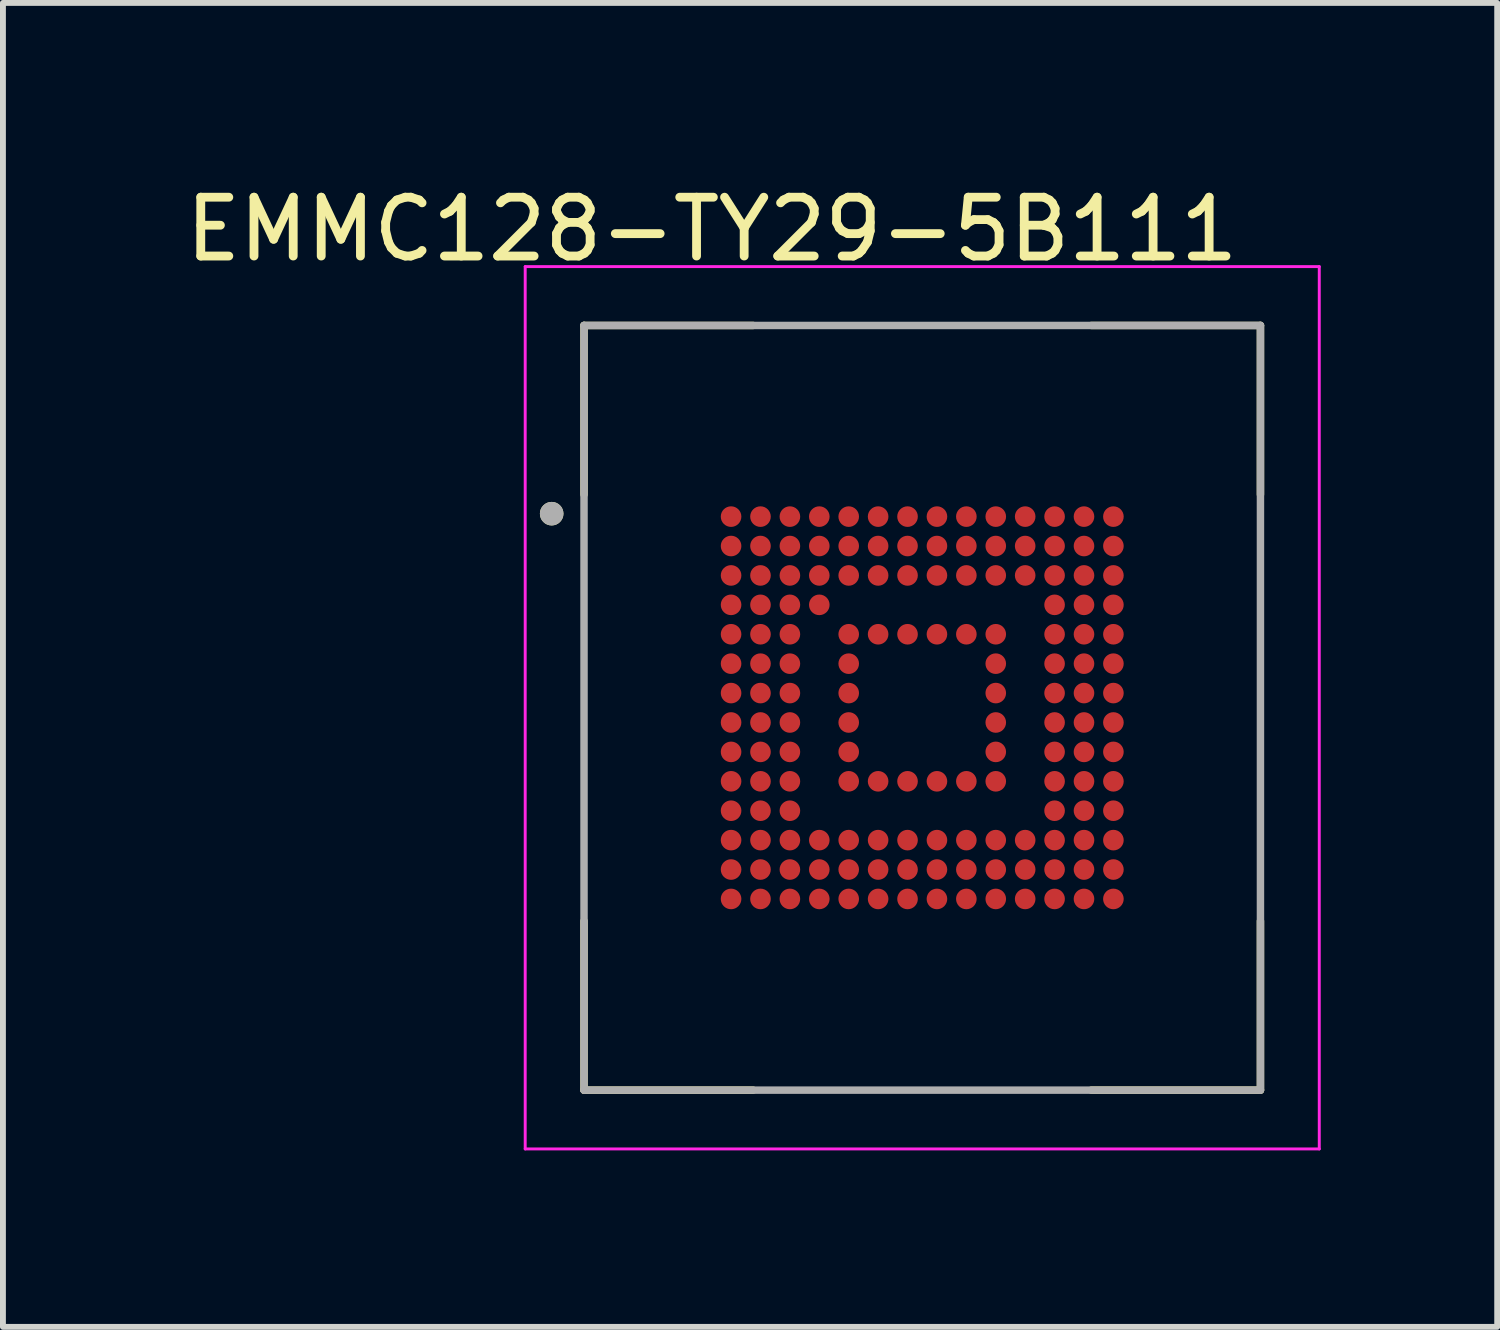
<source format=kicad_pcb>
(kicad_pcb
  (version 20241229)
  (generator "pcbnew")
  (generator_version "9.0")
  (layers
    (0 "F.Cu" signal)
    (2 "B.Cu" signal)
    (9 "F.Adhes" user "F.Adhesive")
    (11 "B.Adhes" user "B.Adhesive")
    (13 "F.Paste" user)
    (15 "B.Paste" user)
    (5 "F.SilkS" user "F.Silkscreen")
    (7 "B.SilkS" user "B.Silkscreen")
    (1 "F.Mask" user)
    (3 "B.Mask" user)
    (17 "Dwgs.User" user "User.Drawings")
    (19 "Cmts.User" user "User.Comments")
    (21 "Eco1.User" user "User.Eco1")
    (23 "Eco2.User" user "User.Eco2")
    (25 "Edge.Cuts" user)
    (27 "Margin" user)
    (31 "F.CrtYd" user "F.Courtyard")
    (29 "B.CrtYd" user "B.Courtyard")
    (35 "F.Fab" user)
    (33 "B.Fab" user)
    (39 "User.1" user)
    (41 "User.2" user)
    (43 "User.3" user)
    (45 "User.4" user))
  (footprint "EMMC128-TY29-5B111"
    (layer "F.Cu")
    (at 12.629 8.983)
    (property "Reference" "EMMC128-TY29-5B111" (at -3.575 -8.135 0) (layer "F.SilkS") (effects (font (size 1 1) (thickness 0.15))))
    (attr smd)
    (fp_circle (center -3.25 -3.25) (end -3.15 -3.25) (stroke (width 0.2) (type solid)) (fill no) (layer "F.Mask"))
    (fp_circle (center -3.25 -2.75) (end -3.15 -2.75) (stroke (width 0.2) (type solid)) (fill no) (layer "F.Mask"))
    (fp_circle (center -3.25 -2.25) (end -3.15 -2.25) (stroke (width 0.2) (type solid)) (fill no) (layer "F.Mask"))
    (fp_circle (center -3.25 -1.75) (end -3.15 -1.75) (stroke (width 0.2) (type solid)) (fill no) (layer "F.Mask"))
    (fp_circle (center -3.25 -1.25) (end -3.15 -1.25) (stroke (width 0.2) (type solid)) (fill no) (layer "F.Mask"))
    (fp_circle (center -3.25 -0.75) (end -3.15 -0.75) (stroke (width 0.2) (type solid)) (fill no) (layer "F.Mask"))
    (fp_circle (center -3.25 -0.25) (end -3.15 -0.25) (stroke (width 0.2) (type solid)) (fill no) (layer "F.Mask"))
    (fp_circle (center -3.25 0.25) (end -3.15 0.25) (stroke (width 0.2) (type solid)) (fill no) (layer "F.Mask"))
    (fp_circle (center -3.25 0.75) (end -3.15 0.75) (stroke (width 0.2) (type solid)) (fill no) (layer "F.Mask"))
    (fp_circle (center -3.25 1.25) (end -3.15 1.25) (stroke (width 0.2) (type solid)) (fill no) (layer "F.Mask"))
    (fp_circle (center -3.25 1.75) (end -3.15 1.75) (stroke (width 0.2) (type solid)) (fill no) (layer "F.Mask"))
    (fp_circle (center -3.25 2.25) (end -3.15 2.25) (stroke (width 0.2) (type solid)) (fill no) (layer "F.Mask"))
    (fp_circle (center -3.25 2.75) (end -3.15 2.75) (stroke (width 0.2) (type solid)) (fill no) (layer "F.Mask"))
    (fp_circle (center -3.25 3.25) (end -3.15 3.25) (stroke (width 0.2) (type solid)) (fill no) (layer "F.Mask"))
    (fp_circle (center -2.75 -3.25) (end -2.65 -3.25) (stroke (width 0.2) (type solid)) (fill no) (layer "F.Mask"))
    (fp_circle (center -2.75 -2.75) (end -2.65 -2.75) (stroke (width 0.2) (type solid)) (fill no) (layer "F.Mask"))
    (fp_circle (center -2.75 -2.25) (end -2.65 -2.25) (stroke (width 0.2) (type solid)) (fill no) (layer "F.Mask"))
    (fp_circle (center -2.75 -1.75) (end -2.65 -1.75) (stroke (width 0.2) (type solid)) (fill no) (layer "F.Mask"))
    (fp_circle (center -2.75 -1.25) (end -2.65 -1.25) (stroke (width 0.2) (type solid)) (fill no) (layer "F.Mask"))
    (fp_circle (center -2.75 -0.75) (end -2.65 -0.75) (stroke (width 0.2) (type solid)) (fill no) (layer "F.Mask"))
    (fp_circle (center -2.75 -0.25) (end -2.65 -0.25) (stroke (width 0.2) (type solid)) (fill no) (layer "F.Mask"))
    (fp_circle (center -2.75 0.25) (end -2.65 0.25) (stroke (width 0.2) (type solid)) (fill no) (layer "F.Mask"))
    (fp_circle (center -2.75 0.75) (end -2.65 0.75) (stroke (width 0.2) (type solid)) (fill no) (layer "F.Mask"))
    (fp_circle (center -2.75 1.25) (end -2.65 1.25) (stroke (width 0.2) (type solid)) (fill no) (layer "F.Mask"))
    (fp_circle (center -2.75 1.75) (end -2.65 1.75) (stroke (width 0.2) (type solid)) (fill no) (layer "F.Mask"))
    (fp_circle (center -2.75 2.25) (end -2.65 2.25) (stroke (width 0.2) (type solid)) (fill no) (layer "F.Mask"))
    (fp_circle (center -2.75 2.75) (end -2.65 2.75) (stroke (width 0.2) (type solid)) (fill no) (layer "F.Mask"))
    (fp_circle (center -2.75 3.25) (end -2.65 3.25) (stroke (width 0.2) (type solid)) (fill no) (layer "F.Mask"))
    (fp_circle (center -2.25 -3.25) (end -2.15 -3.25) (stroke (width 0.2) (type solid)) (fill no) (layer "F.Mask"))
    (fp_circle (center -2.25 -2.75) (end -2.15 -2.75) (stroke (width 0.2) (type solid)) (fill no) (layer "F.Mask"))
    (fp_circle (center -2.25 -2.25) (end -2.15 -2.25) (stroke (width 0.2) (type solid)) (fill no) (layer "F.Mask"))
    (fp_circle (center -2.25 -1.75) (end -2.15 -1.75) (stroke (width 0.2) (type solid)) (fill no) (layer "F.Mask"))
    (fp_circle (center -2.25 -1.25) (end -2.15 -1.25) (stroke (width 0.2) (type solid)) (fill no) (layer "F.Mask"))
    (fp_circle (center -2.25 -0.75) (end -2.15 -0.75) (stroke (width 0.2) (type solid)) (fill no) (layer "F.Mask"))
    (fp_circle (center -2.25 -0.25) (end -2.15 -0.25) (stroke (width 0.2) (type solid)) (fill no) (layer "F.Mask"))
    (fp_circle (center -2.25 0.25) (end -2.15 0.25) (stroke (width 0.2) (type solid)) (fill no) (layer "F.Mask"))
    (fp_circle (center -2.25 0.75) (end -2.15 0.75) (stroke (width 0.2) (type solid)) (fill no) (layer "F.Mask"))
    (fp_circle (center -2.25 1.25) (end -2.15 1.25) (stroke (width 0.2) (type solid)) (fill no) (layer "F.Mask"))
    (fp_circle (center -2.25 1.75) (end -2.15 1.75) (stroke (width 0.2) (type solid)) (fill no) (layer "F.Mask"))
    (fp_circle (center -2.25 2.25) (end -2.15 2.25) (stroke (width 0.2) (type solid)) (fill no) (layer "F.Mask"))
    (fp_circle (center -2.25 2.75) (end -2.15 2.75) (stroke (width 0.2) (type solid)) (fill no) (layer "F.Mask"))
    (fp_circle (center -2.25 3.25) (end -2.15 3.25) (stroke (width 0.2) (type solid)) (fill no) (layer "F.Mask"))
    (fp_circle (center -1.75 -3.25) (end -1.65 -3.25) (stroke (width 0.2) (type solid)) (fill no) (layer "F.Mask"))
    (fp_circle (center -1.75 -2.75) (end -1.65 -2.75) (stroke (width 0.2) (type solid)) (fill no) (layer "F.Mask"))
    (fp_circle (center -1.75 -2.25) (end -1.65 -2.25) (stroke (width 0.2) (type solid)) (fill no) (layer "F.Mask"))
    (fp_circle (center -1.75 -1.75) (end -1.65 -1.75) (stroke (width 0.2) (type solid)) (fill no) (layer "F.Mask"))
    (fp_circle (center -1.75 2.25) (end -1.65 2.25) (stroke (width 0.2) (type solid)) (fill no) (layer "F.Mask"))
    (fp_circle (center -1.75 2.75) (end -1.65 2.75) (stroke (width 0.2) (type solid)) (fill no) (layer "F.Mask"))
    (fp_circle (center -1.75 3.25) (end -1.65 3.25) (stroke (width 0.2) (type solid)) (fill no) (layer "F.Mask"))
    (fp_circle (center -1.25 -3.25) (end -1.15 -3.25) (stroke (width 0.2) (type solid)) (fill no) (layer "F.Mask"))
    (fp_circle (center -1.25 -2.75) (end -1.15 -2.75) (stroke (width 0.2) (type solid)) (fill no) (layer "F.Mask"))
    (fp_circle (center -1.25 -2.25) (end -1.15 -2.25) (stroke (width 0.2) (type solid)) (fill no) (layer "F.Mask"))
    (fp_circle (center -1.25 -1.25) (end -1.15 -1.25) (stroke (width 0.2) (type solid)) (fill no) (layer "F.Mask"))
    (fp_circle (center -1.25 -0.75) (end -1.15 -0.75) (stroke (width 0.2) (type solid)) (fill no) (layer "F.Mask"))
    (fp_circle (center -1.25 -0.25) (end -1.15 -0.25) (stroke (width 0.2) (type solid)) (fill no) (layer "F.Mask"))
    (fp_circle (center -1.25 0.25) (end -1.15 0.25) (stroke (width 0.2) (type solid)) (fill no) (layer "F.Mask"))
    (fp_circle (center -1.25 0.75) (end -1.15 0.75) (stroke (width 0.2) (type solid)) (fill no) (layer "F.Mask"))
    (fp_circle (center -1.25 1.25) (end -1.15 1.25) (stroke (width 0.2) (type solid)) (fill no) (layer "F.Mask"))
    (fp_circle (center -1.25 2.25) (end -1.15 2.25) (stroke (width 0.2) (type solid)) (fill no) (layer "F.Mask"))
    (fp_circle (center -1.25 2.75) (end -1.15 2.75) (stroke (width 0.2) (type solid)) (fill no) (layer "F.Mask"))
    (fp_circle (center -1.25 3.25) (end -1.15 3.25) (stroke (width 0.2) (type solid)) (fill no) (layer "F.Mask"))
    (fp_circle (center -0.75 -3.25) (end -0.65 -3.25) (stroke (width 0.2) (type solid)) (fill no) (layer "F.Mask"))
    (fp_circle (center -0.75 -2.75) (end -0.65 -2.75) (stroke (width 0.2) (type solid)) (fill no) (layer "F.Mask"))
    (fp_circle (center -0.75 -2.25) (end -0.65 -2.25) (stroke (width 0.2) (type solid)) (fill no) (layer "F.Mask"))
    (fp_circle (center -0.75 -1.25) (end -0.65 -1.25) (stroke (width 0.2) (type solid)) (fill no) (layer "F.Mask"))
    (fp_circle (center -0.75 1.25) (end -0.65 1.25) (stroke (width 0.2) (type solid)) (fill no) (layer "F.Mask"))
    (fp_circle (center -0.75 2.25) (end -0.65 2.25) (stroke (width 0.2) (type solid)) (fill no) (layer "F.Mask"))
    (fp_circle (center -0.75 2.75) (end -0.65 2.75) (stroke (width 0.2) (type solid)) (fill no) (layer "F.Mask"))
    (fp_circle (center -0.75 3.25) (end -0.65 3.25) (stroke (width 0.2) (type solid)) (fill no) (layer "F.Mask"))
    (fp_circle (center -0.25 -3.25) (end -0.15 -3.25) (stroke (width 0.2) (type solid)) (fill no) (layer "F.Mask"))
    (fp_circle (center -0.25 -2.75) (end -0.15 -2.75) (stroke (width 0.2) (type solid)) (fill no) (layer "F.Mask"))
    (fp_circle (center -0.25 -2.25) (end -0.15 -2.25) (stroke (width 0.2) (type solid)) (fill no) (layer "F.Mask"))
    (fp_circle (center -0.25 -1.25) (end -0.15 -1.25) (stroke (width 0.2) (type solid)) (fill no) (layer "F.Mask"))
    (fp_circle (center -0.25 1.25) (end -0.15 1.25) (stroke (width 0.2) (type solid)) (fill no) (layer "F.Mask"))
    (fp_circle (center -0.25 2.25) (end -0.15 2.25) (stroke (width 0.2) (type solid)) (fill no) (layer "F.Mask"))
    (fp_circle (center -0.25 2.75) (end -0.15 2.75) (stroke (width 0.2) (type solid)) (fill no) (layer "F.Mask"))
    (fp_circle (center -0.25 3.25) (end -0.15 3.25) (stroke (width 0.2) (type solid)) (fill no) (layer "F.Mask"))
    (fp_circle (center 0.25 -3.25) (end 0.35 -3.25) (stroke (width 0.2) (type solid)) (fill no) (layer "F.Mask"))
    (fp_circle (center 0.25 -2.75) (end 0.35 -2.75) (stroke (width 0.2) (type solid)) (fill no) (layer "F.Mask"))
    (fp_circle (center 0.25 -2.25) (end 0.35 -2.25) (stroke (width 0.2) (type solid)) (fill no) (layer "F.Mask"))
    (fp_circle (center 0.25 -1.25) (end 0.35 -1.25) (stroke (width 0.2) (type solid)) (fill no) (layer "F.Mask"))
    (fp_circle (center 0.25 1.25) (end 0.35 1.25) (stroke (width 0.2) (type solid)) (fill no) (layer "F.Mask"))
    (fp_circle (center 0.25 2.25) (end 0.35 2.25) (stroke (width 0.2) (type solid)) (fill no) (layer "F.Mask"))
    (fp_circle (center 0.25 2.75) (end 0.35 2.75) (stroke (width 0.2) (type solid)) (fill no) (layer "F.Mask"))
    (fp_circle (center 0.25 3.25) (end 0.35 3.25) (stroke (width 0.2) (type solid)) (fill no) (layer "F.Mask"))
    (fp_circle (center 0.75 -3.25) (end 0.85 -3.25) (stroke (width 0.2) (type solid)) (fill no) (layer "F.Mask"))
    (fp_circle (center 0.75 -2.75) (end 0.85 -2.75) (stroke (width 0.2) (type solid)) (fill no) (layer "F.Mask"))
    (fp_circle (center 0.75 -2.25) (end 0.85 -2.25) (stroke (width 0.2) (type solid)) (fill no) (layer "F.Mask"))
    (fp_circle (center 0.75 -1.25) (end 0.85 -1.25) (stroke (width 0.2) (type solid)) (fill no) (layer "F.Mask"))
    (fp_circle (center 0.75 1.25) (end 0.85 1.25) (stroke (width 0.2) (type solid)) (fill no) (layer "F.Mask"))
    (fp_circle (center 0.75 2.25) (end 0.85 2.25) (stroke (width 0.2) (type solid)) (fill no) (layer "F.Mask"))
    (fp_circle (center 0.75 2.75) (end 0.85 2.75) (stroke (width 0.2) (type solid)) (fill no) (layer "F.Mask"))
    (fp_circle (center 0.75 3.25) (end 0.85 3.25) (stroke (width 0.2) (type solid)) (fill no) (layer "F.Mask"))
    (fp_circle (center 1.25 -3.25) (end 1.35 -3.25) (stroke (width 0.2) (type solid)) (fill no) (layer "F.Mask"))
    (fp_circle (center 1.25 -2.75) (end 1.35 -2.75) (stroke (width 0.2) (type solid)) (fill no) (layer "F.Mask"))
    (fp_circle (center 1.25 -2.25) (end 1.35 -2.25) (stroke (width 0.2) (type solid)) (fill no) (layer "F.Mask"))
    (fp_circle (center 1.25 -1.25) (end 1.35 -1.25) (stroke (width 0.2) (type solid)) (fill no) (layer "F.Mask"))
    (fp_circle (center 1.25 -0.75) (end 1.35 -0.75) (stroke (width 0.2) (type solid)) (fill no) (layer "F.Mask"))
    (fp_circle (center 1.25 -0.25) (end 1.35 -0.25) (stroke (width 0.2) (type solid)) (fill no) (layer "F.Mask"))
    (fp_circle (center 1.25 0.25) (end 1.35 0.25) (stroke (width 0.2) (type solid)) (fill no) (layer "F.Mask"))
    (fp_circle (center 1.25 0.75) (end 1.35 0.75) (stroke (width 0.2) (type solid)) (fill no) (layer "F.Mask"))
    (fp_circle (center 1.25 1.25) (end 1.35 1.25) (stroke (width 0.2) (type solid)) (fill no) (layer "F.Mask"))
    (fp_circle (center 1.25 2.25) (end 1.35 2.25) (stroke (width 0.2) (type solid)) (fill no) (layer "F.Mask"))
    (fp_circle (center 1.25 2.75) (end 1.35 2.75) (stroke (width 0.2) (type solid)) (fill no) (layer "F.Mask"))
    (fp_circle (center 1.25 3.25) (end 1.35 3.25) (stroke (width 0.2) (type solid)) (fill no) (layer "F.Mask"))
    (fp_circle (center 1.75 -3.25) (end 1.85 -3.25) (stroke (width 0.2) (type solid)) (fill no) (layer "F.Mask"))
    (fp_circle (center 1.75 -2.75) (end 1.85 -2.75) (stroke (width 0.2) (type solid)) (fill no) (layer "F.Mask"))
    (fp_circle (center 1.75 -2.25) (end 1.85 -2.25) (stroke (width 0.2) (type solid)) (fill no) (layer "F.Mask"))
    (fp_circle (center 1.75 2.25) (end 1.85 2.25) (stroke (width 0.2) (type solid)) (fill no) (layer "F.Mask"))
    (fp_circle (center 1.75 2.75) (end 1.85 2.75) (stroke (width 0.2) (type solid)) (fill no) (layer "F.Mask"))
    (fp_circle (center 1.75 3.25) (end 1.85 3.25) (stroke (width 0.2) (type solid)) (fill no) (layer "F.Mask"))
    (fp_circle (center 2.25 -3.25) (end 2.35 -3.25) (stroke (width 0.2) (type solid)) (fill no) (layer "F.Mask"))
    (fp_circle (center 2.25 -2.75) (end 2.35 -2.75) (stroke (width 0.2) (type solid)) (fill no) (layer "F.Mask"))
    (fp_circle (center 2.25 -2.25) (end 2.35 -2.25) (stroke (width 0.2) (type solid)) (fill no) (layer "F.Mask"))
    (fp_circle (center 2.25 -1.75) (end 2.35 -1.75) (stroke (width 0.2) (type solid)) (fill no) (layer "F.Mask"))
    (fp_circle (center 2.25 -1.25) (end 2.35 -1.25) (stroke (width 0.2) (type solid)) (fill no) (layer "F.Mask"))
    (fp_circle (center 2.25 -0.75) (end 2.35 -0.75) (stroke (width 0.2) (type solid)) (fill no) (layer "F.Mask"))
    (fp_circle (center 2.25 -0.25) (end 2.35 -0.25) (stroke (width 0.2) (type solid)) (fill no) (layer "F.Mask"))
    (fp_circle (center 2.25 0.25) (end 2.35 0.25) (stroke (width 0.2) (type solid)) (fill no) (layer "F.Mask"))
    (fp_circle (center 2.25 0.75) (end 2.35 0.75) (stroke (width 0.2) (type solid)) (fill no) (layer "F.Mask"))
    (fp_circle (center 2.25 1.25) (end 2.35 1.25) (stroke (width 0.2) (type solid)) (fill no) (layer "F.Mask"))
    (fp_circle (center 2.25 1.75) (end 2.35 1.75) (stroke (width 0.2) (type solid)) (fill no) (layer "F.Mask"))
    (fp_circle (center 2.25 2.25) (end 2.35 2.25) (stroke (width 0.2) (type solid)) (fill no) (layer "F.Mask"))
    (fp_circle (center 2.25 2.75) (end 2.35 2.75) (stroke (width 0.2) (type solid)) (fill no) (layer "F.Mask"))
    (fp_circle (center 2.25 3.25) (end 2.35 3.25) (stroke (width 0.2) (type solid)) (fill no) (layer "F.Mask"))
    (fp_circle (center 2.75 -3.25) (end 2.85 -3.25) (stroke (width 0.2) (type solid)) (fill no) (layer "F.Mask"))
    (fp_circle (center 2.75 -2.75) (end 2.85 -2.75) (stroke (width 0.2) (type solid)) (fill no) (layer "F.Mask"))
    (fp_circle (center 2.75 -2.25) (end 2.85 -2.25) (stroke (width 0.2) (type solid)) (fill no) (layer "F.Mask"))
    (fp_circle (center 2.75 -1.75) (end 2.85 -1.75) (stroke (width 0.2) (type solid)) (fill no) (layer "F.Mask"))
    (fp_circle (center 2.75 -1.25) (end 2.85 -1.25) (stroke (width 0.2) (type solid)) (fill no) (layer "F.Mask"))
    (fp_circle (center 2.75 -0.75) (end 2.85 -0.75) (stroke (width 0.2) (type solid)) (fill no) (layer "F.Mask"))
    (fp_circle (center 2.75 -0.25) (end 2.85 -0.25) (stroke (width 0.2) (type solid)) (fill no) (layer "F.Mask"))
    (fp_circle (center 2.75 0.25) (end 2.85 0.25) (stroke (width 0.2) (type solid)) (fill no) (layer "F.Mask"))
    (fp_circle (center 2.75 0.75) (end 2.85 0.75) (stroke (width 0.2) (type solid)) (fill no) (layer "F.Mask"))
    (fp_circle (center 2.75 1.25) (end 2.85 1.25) (stroke (width 0.2) (type solid)) (fill no) (layer "F.Mask"))
    (fp_circle (center 2.75 1.75) (end 2.85 1.75) (stroke (width 0.2) (type solid)) (fill no) (layer "F.Mask"))
    (fp_circle (center 2.75 2.25) (end 2.85 2.25) (stroke (width 0.2) (type solid)) (fill no) (layer "F.Mask"))
    (fp_circle (center 2.75 2.75) (end 2.85 2.75) (stroke (width 0.2) (type solid)) (fill no) (layer "F.Mask"))
    (fp_circle (center 2.75 3.25) (end 2.85 3.25) (stroke (width 0.2) (type solid)) (fill no) (layer "F.Mask"))
    (fp_circle (center 3.25 -3.25) (end 3.35 -3.25) (stroke (width 0.2) (type solid)) (fill no) (layer "F.Mask"))
    (fp_circle (center 3.25 -2.75) (end 3.35 -2.75) (stroke (width 0.2) (type solid)) (fill no) (layer "F.Mask"))
    (fp_circle (center 3.25 -2.25) (end 3.35 -2.25) (stroke (width 0.2) (type solid)) (fill no) (layer "F.Mask"))
    (fp_circle (center 3.25 -1.75) (end 3.35 -1.75) (stroke (width 0.2) (type solid)) (fill no) (layer "F.Mask"))
    (fp_circle (center 3.25 -1.25) (end 3.35 -1.25) (stroke (width 0.2) (type solid)) (fill no) (layer "F.Mask"))
    (fp_circle (center 3.25 -0.75) (end 3.35 -0.75) (stroke (width 0.2) (type solid)) (fill no) (layer "F.Mask"))
    (fp_circle (center 3.25 -0.25) (end 3.35 -0.25) (stroke (width 0.2) (type solid)) (fill no) (layer "F.Mask"))
    (fp_circle (center 3.25 0.25) (end 3.35 0.25) (stroke (width 0.2) (type solid)) (fill no) (layer "F.Mask"))
    (fp_circle (center 3.25 0.75) (end 3.35 0.75) (stroke (width 0.2) (type solid)) (fill no) (layer "F.Mask"))
    (fp_circle (center 3.25 1.25) (end 3.35 1.25) (stroke (width 0.2) (type solid)) (fill no) (layer "F.Mask"))
    (fp_circle (center 3.25 1.75) (end 3.35 1.75) (stroke (width 0.2) (type solid)) (fill no) (layer "F.Mask"))
    (fp_circle (center 3.25 2.25) (end 3.35 2.25) (stroke (width 0.2) (type solid)) (fill no) (layer "F.Mask"))
    (fp_circle (center 3.25 2.75) (end 3.35 2.75) (stroke (width 0.2) (type solid)) (fill no) (layer "F.Mask"))
    (fp_circle (center 3.25 3.25) (end 3.35 3.25) (stroke (width 0.2) (type solid)) (fill no) (layer "F.Mask"))
    (fp_line (start -5.75 -3.625) (end -5.75 -6.5) (stroke (width 0.127) (type solid)) (layer "F.SilkS"))
    (fp_line (start -5.75 6.5) (end -5.75 3.625) (stroke (width 0.127) (type solid)) (layer "F.SilkS"))
    (fp_line (start -2.875 -6.5) (end -5.75 -6.5) (stroke (width 0.127) (type solid)) (layer "F.SilkS"))
    (fp_line (start -2.875 6.5) (end -5.75 6.5) (stroke (width 0.127) (type solid)) (layer "F.SilkS"))
    (fp_line (start 5.75 -6.5) (end 2.875 -6.5) (stroke (width 0.127) (type solid)) (layer "F.SilkS"))
    (fp_line (start 5.75 -3.625) (end 5.75 -6.5) (stroke (width 0.127) (type solid)) (layer "F.SilkS"))
    (fp_line (start 5.75 6.5) (end 2.875 6.5) (stroke (width 0.127) (type solid)) (layer "F.SilkS"))
    (fp_line (start 5.75 6.5) (end 5.75 3.625) (stroke (width 0.127) (type solid)) (layer "F.SilkS"))
    (fp_circle (center -6.3 -3.3) (end -6.2 -3.3) (stroke (width 0.2) (type solid)) (fill no) (layer "F.SilkS"))
    (fp_line (start -6.75 -7.5) (end 6.75 -7.5) (stroke (width 0.05) (type solid)) (layer "F.CrtYd"))
    (fp_line (start -6.75 7.5) (end -6.75 -7.5) (stroke (width 0.05) (type solid)) (layer "F.CrtYd"))
    (fp_line (start -6.75 7.5) (end 6.75 7.5) (stroke (width 0.05) (type solid)) (layer "F.CrtYd"))
    (fp_line (start 6.75 7.5) (end 6.75 -7.5) (stroke (width 0.05) (type solid)) (layer "F.CrtYd"))
    (fp_line (start -5.75 6.5) (end -5.75 -6.5) (stroke (width 0.127) (type solid)) (layer "F.Fab"))
    (fp_line (start 5.75 -6.5) (end -5.75 -6.5) (stroke (width 0.127) (type solid)) (layer "F.Fab"))
    (fp_line (start 5.75 6.5) (end -5.75 6.5) (stroke (width 0.127) (type solid)) (layer "F.Fab"))
    (fp_line (start 5.75 6.5) (end 5.75 -6.5) (stroke (width 0.127) (type solid)) (layer "F.Fab"))
    (fp_circle (center -6.3 -3.3) (end -6.2 -3.3) (stroke (width 0.2) (type solid)) (fill no) (layer "F.Fab"))
    (pad "A1" smd circle (at -3.25 -3.25) (size 0.35 0.35) (layers "F.Cu" "F.Paste"))
    (pad "A2" smd circle (at -2.75 -3.25) (size 0.35 0.35) (layers "F.Cu" "F.Paste"))
    (pad "A3" smd circle (at -2.25 -3.25) (size 0.35 0.35) (layers "F.Cu" "F.Paste"))
    (pad "A4" smd circle (at -1.75 -3.25) (size 0.35 0.35) (layers "F.Cu" "F.Paste"))
    (pad "A5" smd circle (at -1.25 -3.25) (size 0.35 0.35) (layers "F.Cu" "F.Paste"))
    (pad "A6" smd circle (at -0.75 -3.25) (size 0.35 0.35) (layers "F.Cu" "F.Paste"))
    (pad "A7" smd circle (at -0.25 -3.25) (size 0.35 0.35) (layers "F.Cu" "F.Paste"))
    (pad "A8" smd circle (at 0.25 -3.25) (size 0.35 0.35) (layers "F.Cu" "F.Paste"))
    (pad "A9" smd circle (at 0.75 -3.25) (size 0.35 0.35) (layers "F.Cu" "F.Paste"))
    (pad "A10" smd circle (at 1.25 -3.25) (size 0.35 0.35) (layers "F.Cu" "F.Paste"))
    (pad "A11" smd circle (at 1.75 -3.25) (size 0.35 0.35) (layers "F.Cu" "F.Paste"))
    (pad "A12" smd circle (at 2.25 -3.25) (size 0.35 0.35) (layers "F.Cu" "F.Paste"))
    (pad "A13" smd circle (at 2.75 -3.25) (size 0.35 0.35) (layers "F.Cu" "F.Paste"))
    (pad "A14" smd circle (at 3.25 -3.25) (size 0.35 0.35) (layers "F.Cu" "F.Paste"))
    (pad "B1" smd circle (at -3.25 -2.75) (size 0.35 0.35) (layers "F.Cu" "F.Paste"))
    (pad "B2" smd circle (at -2.75 -2.75) (size 0.35 0.35) (layers "F.Cu" "F.Paste"))
    (pad "B3" smd circle (at -2.25 -2.75) (size 0.35 0.35) (layers "F.Cu" "F.Paste"))
    (pad "B4" smd circle (at -1.75 -2.75) (size 0.35 0.35) (layers "F.Cu" "F.Paste"))
    (pad "B5" smd circle (at -1.25 -2.75) (size 0.35 0.35) (layers "F.Cu" "F.Paste"))
    (pad "B6" smd circle (at -0.75 -2.75) (size 0.35 0.35) (layers "F.Cu" "F.Paste"))
    (pad "B7" smd circle (at -0.25 -2.75) (size 0.35 0.35) (layers "F.Cu" "F.Paste"))
    (pad "B8" smd circle (at 0.25 -2.75) (size 0.35 0.35) (layers "F.Cu" "F.Paste"))
    (pad "B9" smd circle (at 0.75 -2.75) (size 0.35 0.35) (layers "F.Cu" "F.Paste"))
    (pad "B10" smd circle (at 1.25 -2.75) (size 0.35 0.35) (layers "F.Cu" "F.Paste"))
    (pad "B11" smd circle (at 1.75 -2.75) (size 0.35 0.35) (layers "F.Cu" "F.Paste"))
    (pad "B12" smd circle (at 2.25 -2.75) (size 0.35 0.35) (layers "F.Cu" "F.Paste"))
    (pad "B13" smd circle (at 2.75 -2.75) (size 0.35 0.35) (layers "F.Cu" "F.Paste"))
    (pad "B14" smd circle (at 3.25 -2.75) (size 0.35 0.35) (layers "F.Cu" "F.Paste"))
    (pad "C1" smd circle (at -3.25 -2.25) (size 0.35 0.35) (layers "F.Cu" "F.Paste"))
    (pad "C2" smd circle (at -2.75 -2.25) (size 0.35 0.35) (layers "F.Cu" "F.Paste"))
    (pad "C3" smd circle (at -2.25 -2.25) (size 0.35 0.35) (layers "F.Cu" "F.Paste"))
    (pad "C4" smd circle (at -1.75 -2.25) (size 0.35 0.35) (layers "F.Cu" "F.Paste"))
    (pad "C5" smd circle (at -1.25 -2.25) (size 0.35 0.35) (layers "F.Cu" "F.Paste"))
    (pad "C6" smd circle (at -0.75 -2.25) (size 0.35 0.35) (layers "F.Cu" "F.Paste"))
    (pad "C7" smd circle (at -0.25 -2.25) (size 0.35 0.35) (layers "F.Cu" "F.Paste"))
    (pad "C8" smd circle (at 0.25 -2.25) (size 0.35 0.35) (layers "F.Cu" "F.Paste"))
    (pad "C9" smd circle (at 0.75 -2.25) (size 0.35 0.35) (layers "F.Cu" "F.Paste"))
    (pad "C10" smd circle (at 1.25 -2.25) (size 0.35 0.35) (layers "F.Cu" "F.Paste"))
    (pad "C11" smd circle (at 1.75 -2.25) (size 0.35 0.35) (layers "F.Cu" "F.Paste"))
    (pad "C12" smd circle (at 2.25 -2.25) (size 0.35 0.35) (layers "F.Cu" "F.Paste"))
    (pad "C13" smd circle (at 2.75 -2.25) (size 0.35 0.35) (layers "F.Cu" "F.Paste"))
    (pad "C14" smd circle (at 3.25 -2.25) (size 0.35 0.35) (layers "F.Cu" "F.Paste"))
    (pad "D1" smd circle (at -3.25 -1.75) (size 0.35 0.35) (layers "F.Cu" "F.Paste"))
    (pad "D2" smd circle (at -2.75 -1.75) (size 0.35 0.35) (layers "F.Cu" "F.Paste"))
    (pad "D3" smd circle (at -2.25 -1.75) (size 0.35 0.35) (layers "F.Cu" "F.Paste"))
    (pad "D4" smd circle (at -1.75 -1.75) (size 0.35 0.35) (layers "F.Cu" "F.Paste"))
    (pad "D12" smd circle (at 2.25 -1.75) (size 0.35 0.35) (layers "F.Cu" "F.Paste"))
    (pad "D13" smd circle (at 2.75 -1.75) (size 0.35 0.35) (layers "F.Cu" "F.Paste"))
    (pad "D14" smd circle (at 3.25 -1.75) (size 0.35 0.35) (layers "F.Cu" "F.Paste"))
    (pad "E1" smd circle (at -3.25 -1.25) (size 0.35 0.35) (layers "F.Cu" "F.Paste"))
    (pad "E2" smd circle (at -2.75 -1.25) (size 0.35 0.35) (layers "F.Cu" "F.Paste"))
    (pad "E3" smd circle (at -2.25 -1.25) (size 0.35 0.35) (layers "F.Cu" "F.Paste"))
    (pad "E5" smd circle (at -1.25 -1.25) (size 0.35 0.35) (layers "F.Cu" "F.Paste"))
    (pad "E6" smd circle (at -0.75 -1.25) (size 0.35 0.35) (layers "F.Cu" "F.Paste"))
    (pad "E7" smd circle (at -0.25 -1.25) (size 0.35 0.35) (layers "F.Cu" "F.Paste"))
    (pad "E8" smd circle (at 0.25 -1.25) (size 0.35 0.35) (layers "F.Cu" "F.Paste"))
    (pad "E9" smd circle (at 0.75 -1.25) (size 0.35 0.35) (layers "F.Cu" "F.Paste"))
    (pad "E10" smd circle (at 1.25 -1.25) (size 0.35 0.35) (layers "F.Cu" "F.Paste"))
    (pad "E12" smd circle (at 2.25 -1.25) (size 0.35 0.35) (layers "F.Cu" "F.Paste"))
    (pad "E13" smd circle (at 2.75 -1.25) (size 0.35 0.35) (layers "F.Cu" "F.Paste"))
    (pad "E14" smd circle (at 3.25 -1.25) (size 0.35 0.35) (layers "F.Cu" "F.Paste"))
    (pad "F1" smd circle (at -3.25 -0.75) (size 0.35 0.35) (layers "F.Cu" "F.Paste"))
    (pad "F2" smd circle (at -2.75 -0.75) (size 0.35 0.35) (layers "F.Cu" "F.Paste"))
    (pad "F3" smd circle (at -2.25 -0.75) (size 0.35 0.35) (layers "F.Cu" "F.Paste"))
    (pad "F5" smd circle (at -1.25 -0.75) (size 0.35 0.35) (layers "F.Cu" "F.Paste"))
    (pad "F10" smd circle (at 1.25 -0.75) (size 0.35 0.35) (layers "F.Cu" "F.Paste"))
    (pad "F12" smd circle (at 2.25 -0.75) (size 0.35 0.35) (layers "F.Cu" "F.Paste"))
    (pad "F13" smd circle (at 2.75 -0.75) (size 0.35 0.35) (layers "F.Cu" "F.Paste"))
    (pad "F14" smd circle (at 3.25 -0.75) (size 0.35 0.35) (layers "F.Cu" "F.Paste"))
    (pad "G1" smd circle (at -3.25 -0.25) (size 0.35 0.35) (layers "F.Cu" "F.Paste"))
    (pad "G2" smd circle (at -2.75 -0.25) (size 0.35 0.35) (layers "F.Cu" "F.Paste"))
    (pad "G3" smd circle (at -2.25 -0.25) (size 0.35 0.35) (layers "F.Cu" "F.Paste"))
    (pad "G5" smd circle (at -1.25 -0.25) (size 0.35 0.35) (layers "F.Cu" "F.Paste"))
    (pad "G10" smd circle (at 1.25 -0.25) (size 0.35 0.35) (layers "F.Cu" "F.Paste"))
    (pad "G12" smd circle (at 2.25 -0.25) (size 0.35 0.35) (layers "F.Cu" "F.Paste"))
    (pad "G13" smd circle (at 2.75 -0.25) (size 0.35 0.35) (layers "F.Cu" "F.Paste"))
    (pad "G14" smd circle (at 3.25 -0.25) (size 0.35 0.35) (layers "F.Cu" "F.Paste"))
    (pad "H1" smd circle (at -3.25 0.25) (size 0.35 0.35) (layers "F.Cu" "F.Paste"))
    (pad "H2" smd circle (at -2.75 0.25) (size 0.35 0.35) (layers "F.Cu" "F.Paste"))
    (pad "H3" smd circle (at -2.25 0.25) (size 0.35 0.35) (layers "F.Cu" "F.Paste"))
    (pad "H5" smd circle (at -1.25 0.25) (size 0.35 0.35) (layers "F.Cu" "F.Paste"))
    (pad "H10" smd circle (at 1.25 0.25) (size 0.35 0.35) (layers "F.Cu" "F.Paste"))
    (pad "H12" smd circle (at 2.25 0.25) (size 0.35 0.35) (layers "F.Cu" "F.Paste"))
    (pad "H13" smd circle (at 2.75 0.25) (size 0.35 0.35) (layers "F.Cu" "F.Paste"))
    (pad "H14" smd circle (at 3.25 0.25) (size 0.35 0.35) (layers "F.Cu" "F.Paste"))
    (pad "J1" smd circle (at -3.25 0.75) (size 0.35 0.35) (layers "F.Cu" "F.Paste"))
    (pad "J2" smd circle (at -2.75 0.75) (size 0.35 0.35) (layers "F.Cu" "F.Paste"))
    (pad "J3" smd circle (at -2.25 0.75) (size 0.35 0.35) (layers "F.Cu" "F.Paste"))
    (pad "J5" smd circle (at -1.25 0.75) (size 0.35 0.35) (layers "F.Cu" "F.Paste"))
    (pad "J10" smd circle (at 1.25 0.75) (size 0.35 0.35) (layers "F.Cu" "F.Paste"))
    (pad "J12" smd circle (at 2.25 0.75) (size 0.35 0.35) (layers "F.Cu" "F.Paste"))
    (pad "J13" smd circle (at 2.75 0.75) (size 0.35 0.35) (layers "F.Cu" "F.Paste"))
    (pad "J14" smd circle (at 3.25 0.75) (size 0.35 0.35) (layers "F.Cu" "F.Paste"))
    (pad "K1" smd circle (at -3.25 1.25) (size 0.35 0.35) (layers "F.Cu" "F.Paste"))
    (pad "K2" smd circle (at -2.75 1.25) (size 0.35 0.35) (layers "F.Cu" "F.Paste"))
    (pad "K3" smd circle (at -2.25 1.25) (size 0.35 0.35) (layers "F.Cu" "F.Paste"))
    (pad "K5" smd circle (at -1.25 1.25) (size 0.35 0.35) (layers "F.Cu" "F.Paste"))
    (pad "K6" smd circle (at -0.75 1.25) (size 0.35 0.35) (layers "F.Cu" "F.Paste"))
    (pad "K7" smd circle (at -0.25 1.25) (size 0.35 0.35) (layers "F.Cu" "F.Paste"))
    (pad "K8" smd circle (at 0.25 1.25) (size 0.35 0.35) (layers "F.Cu" "F.Paste"))
    (pad "K9" smd circle (at 0.75 1.25) (size 0.35 0.35) (layers "F.Cu" "F.Paste"))
    (pad "K10" smd circle (at 1.25 1.25) (size 0.35 0.35) (layers "F.Cu" "F.Paste"))
    (pad "K12" smd circle (at 2.25 1.25) (size 0.35 0.35) (layers "F.Cu" "F.Paste"))
    (pad "K13" smd circle (at 2.75 1.25) (size 0.35 0.35) (layers "F.Cu" "F.Paste"))
    (pad "K14" smd circle (at 3.25 1.25) (size 0.35 0.35) (layers "F.Cu" "F.Paste"))
    (pad "L1" smd circle (at -3.25 1.75) (size 0.35 0.35) (layers "F.Cu" "F.Paste"))
    (pad "L2" smd circle (at -2.75 1.75) (size 0.35 0.35) (layers "F.Cu" "F.Paste"))
    (pad "L3" smd circle (at -2.25 1.75) (size 0.35 0.35) (layers "F.Cu" "F.Paste"))
    (pad "L12" smd circle (at 2.25 1.75) (size 0.35 0.35) (layers "F.Cu" "F.Paste"))
    (pad "L13" smd circle (at 2.75 1.75) (size 0.35 0.35) (layers "F.Cu" "F.Paste"))
    (pad "L14" smd circle (at 3.25 1.75) (size 0.35 0.35) (layers "F.Cu" "F.Paste"))
    (pad "M1" smd circle (at -3.25 2.25) (size 0.35 0.35) (layers "F.Cu" "F.Paste"))
    (pad "M2" smd circle (at -2.75 2.25) (size 0.35 0.35) (layers "F.Cu" "F.Paste"))
    (pad "M3" smd circle (at -2.25 2.25) (size 0.35 0.35) (layers "F.Cu" "F.Paste"))
    (pad "M4" smd circle (at -1.75 2.25) (size 0.35 0.35) (layers "F.Cu" "F.Paste"))
    (pad "M5" smd circle (at -1.25 2.25) (size 0.35 0.35) (layers "F.Cu" "F.Paste"))
    (pad "M6" smd circle (at -0.75 2.25) (size 0.35 0.35) (layers "F.Cu" "F.Paste"))
    (pad "M7" smd circle (at -0.25 2.25) (size 0.35 0.35) (layers "F.Cu" "F.Paste"))
    (pad "M8" smd circle (at 0.25 2.25) (size 0.35 0.35) (layers "F.Cu" "F.Paste"))
    (pad "M9" smd circle (at 0.75 2.25) (size 0.35 0.35) (layers "F.Cu" "F.Paste"))
    (pad "M10" smd circle (at 1.25 2.25) (size 0.35 0.35) (layers "F.Cu" "F.Paste"))
    (pad "M11" smd circle (at 1.75 2.25) (size 0.35 0.35) (layers "F.Cu" "F.Paste"))
    (pad "M12" smd circle (at 2.25 2.25) (size 0.35 0.35) (layers "F.Cu" "F.Paste"))
    (pad "M13" smd circle (at 2.75 2.25) (size 0.35 0.35) (layers "F.Cu" "F.Paste"))
    (pad "M14" smd circle (at 3.25 2.25) (size 0.35 0.35) (layers "F.Cu" "F.Paste"))
    (pad "N1" smd circle (at -3.25 2.75) (size 0.35 0.35) (layers "F.Cu" "F.Paste"))
    (pad "N2" smd circle (at -2.75 2.75) (size 0.35 0.35) (layers "F.Cu" "F.Paste"))
    (pad "N3" smd circle (at -2.25 2.75) (size 0.35 0.35) (layers "F.Cu" "F.Paste"))
    (pad "N4" smd circle (at -1.75 2.75) (size 0.35 0.35) (layers "F.Cu" "F.Paste"))
    (pad "N5" smd circle (at -1.25 2.75) (size 0.35 0.35) (layers "F.Cu" "F.Paste"))
    (pad "N6" smd circle (at -0.75 2.75) (size 0.35 0.35) (layers "F.Cu" "F.Paste"))
    (pad "N7" smd circle (at -0.25 2.75) (size 0.35 0.35) (layers "F.Cu" "F.Paste"))
    (pad "N8" smd circle (at 0.25 2.75) (size 0.35 0.35) (layers "F.Cu" "F.Paste"))
    (pad "N9" smd circle (at 0.75 2.75) (size 0.35 0.35) (layers "F.Cu" "F.Paste"))
    (pad "N10" smd circle (at 1.25 2.75) (size 0.35 0.35) (layers "F.Cu" "F.Paste"))
    (pad "N11" smd circle (at 1.75 2.75) (size 0.35 0.35) (layers "F.Cu" "F.Paste"))
    (pad "N12" smd circle (at 2.25 2.75) (size 0.35 0.35) (layers "F.Cu" "F.Paste"))
    (pad "N13" smd circle (at 2.75 2.75) (size 0.35 0.35) (layers "F.Cu" "F.Paste"))
    (pad "N14" smd circle (at 3.25 2.75) (size 0.35 0.35) (layers "F.Cu" "F.Paste"))
    (pad "P1" smd circle (at -3.25 3.25) (size 0.35 0.35) (layers "F.Cu" "F.Paste"))
    (pad "P2" smd circle (at -2.75 3.25) (size 0.35 0.35) (layers "F.Cu" "F.Paste"))
    (pad "P3" smd circle (at -2.25 3.25) (size 0.35 0.35) (layers "F.Cu" "F.Paste"))
    (pad "P4" smd circle (at -1.75 3.25) (size 0.35 0.35) (layers "F.Cu" "F.Paste"))
    (pad "P5" smd circle (at -1.25 3.25) (size 0.35 0.35) (layers "F.Cu" "F.Paste"))
    (pad "P6" smd circle (at -0.75 3.25) (size 0.35 0.35) (layers "F.Cu" "F.Paste"))
    (pad "P7" smd circle (at -0.25 3.25) (size 0.35 0.35) (layers "F.Cu" "F.Paste"))
    (pad "P8" smd circle (at 0.25 3.25) (size 0.35 0.35) (layers "F.Cu" "F.Paste"))
    (pad "P9" smd circle (at 0.75 3.25) (size 0.35 0.35) (layers "F.Cu" "F.Paste"))
    (pad "P10" smd circle (at 1.25 3.25) (size 0.35 0.35) (layers "F.Cu" "F.Paste"))
    (pad "P11" smd circle (at 1.75 3.25) (size 0.35 0.35) (layers "F.Cu" "F.Paste"))
    (pad "P12" smd circle (at 2.25 3.25) (size 0.35 0.35) (layers "F.Cu" "F.Paste"))
    (pad "P13" smd circle (at 2.75 3.25) (size 0.35 0.35) (layers "F.Cu" "F.Paste"))
    (pad "P14" smd circle (at 3.25 3.25) (size 0.35 0.35) (layers "F.Cu" "F.Paste")))
  (gr_rect
    (start -3 -3)
    (end 22.404 19.508)
    (stroke (width 0.1) (type default))
    (fill no)
    (layer "Edge.Cuts")))
</source>
